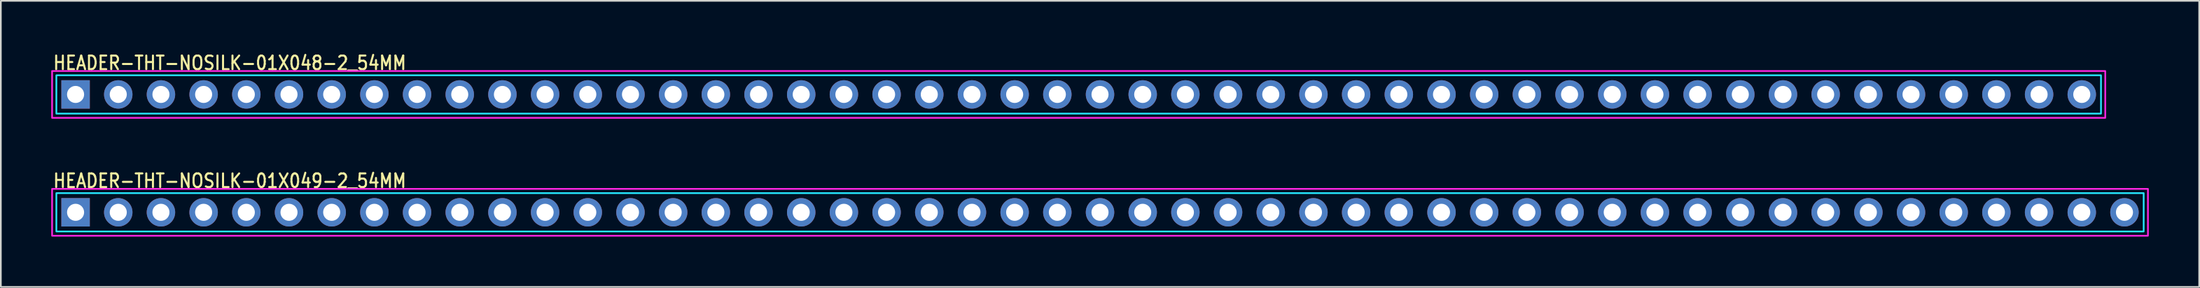
<source format=kicad_pcb>
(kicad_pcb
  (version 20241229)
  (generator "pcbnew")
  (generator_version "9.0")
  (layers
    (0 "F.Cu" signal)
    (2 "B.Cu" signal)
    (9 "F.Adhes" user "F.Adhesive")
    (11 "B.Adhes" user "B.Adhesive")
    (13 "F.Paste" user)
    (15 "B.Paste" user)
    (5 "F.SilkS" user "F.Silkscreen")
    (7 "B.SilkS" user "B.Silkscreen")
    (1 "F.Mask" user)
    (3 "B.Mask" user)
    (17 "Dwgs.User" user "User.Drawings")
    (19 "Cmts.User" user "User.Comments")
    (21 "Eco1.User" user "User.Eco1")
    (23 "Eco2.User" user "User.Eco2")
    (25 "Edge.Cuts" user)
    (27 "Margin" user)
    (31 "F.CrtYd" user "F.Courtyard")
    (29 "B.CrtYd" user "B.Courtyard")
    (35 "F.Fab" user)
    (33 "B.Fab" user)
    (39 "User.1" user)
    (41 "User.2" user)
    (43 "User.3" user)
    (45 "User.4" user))
  (footprint "HEADER-THT-NOSILK-01X048-2_54MM"
    (layer "F.Cu")
    (at 1.447 2.579)
    (property "Reference" "HEADER-THT-NOSILK-01X048-2_54MM" (at -1.4 -1.4 0) (unlocked yes) (layer "F.SilkS") (effects (font (size 0.813 0.695) (thickness 0.122)) (justify left bottom)))
    (fp_poly (pts (xy -1.143 -1.143) (xy 120.523 -1.143) (xy 120.523 1.143) (xy -1.143 1.143)) (stroke (width 0.1) (type solid)) (fill no) (layer "B.CrtYd"))
    (fp_poly (pts (xy -1.397 -1.397) (xy 120.777 -1.397) (xy 120.777 1.397) (xy -1.397 1.397)) (stroke (width 0.1) (type solid)) (fill no) (layer "F.CrtYd"))
    (pad "P$1" thru_hole rect (at 0 0) (size 1.693 1.693) (drill 1.016) (layers "*.Cu" "*.Mask"))
    (pad "P$2" thru_hole oval (at 2.54 0) (size 1.693 1.693) (drill 1.016) (layers "*.Cu" "*.Mask"))
    (pad "P$3" thru_hole oval (at 5.08 0) (size 1.693 1.693) (drill 1.016) (layers "*.Cu" "*.Mask"))
    (pad "P$4" thru_hole oval (at 7.62 0) (size 1.693 1.693) (drill 1.016) (layers "*.Cu" "*.Mask"))
    (pad "P$5" thru_hole oval (at 10.16 0) (size 1.693 1.693) (drill 1.016) (layers "*.Cu" "*.Mask"))
    (pad "P$6" thru_hole oval (at 12.7 0) (size 1.693 1.693) (drill 1.016) (layers "*.Cu" "*.Mask"))
    (pad "P$7" thru_hole oval (at 15.24 0) (size 1.693 1.693) (drill 1.016) (layers "*.Cu" "*.Mask"))
    (pad "P$8" thru_hole oval (at 17.78 0) (size 1.693 1.693) (drill 1.016) (layers "*.Cu" "*.Mask"))
    (pad "P$9" thru_hole oval (at 20.32 0) (size 1.693 1.693) (drill 1.016) (layers "*.Cu" "*.Mask"))
    (pad "P$10" thru_hole oval (at 22.86 0) (size 1.693 1.693) (drill 1.016) (layers "*.Cu" "*.Mask"))
    (pad "P$11" thru_hole oval (at 25.4 0) (size 1.693 1.693) (drill 1.016) (layers "*.Cu" "*.Mask"))
    (pad "P$12" thru_hole oval (at 27.94 0) (size 1.693 1.693) (drill 1.016) (layers "*.Cu" "*.Mask"))
    (pad "P$13" thru_hole oval (at 30.48 0) (size 1.693 1.693) (drill 1.016) (layers "*.Cu" "*.Mask"))
    (pad "P$14" thru_hole oval (at 33.02 0) (size 1.693 1.693) (drill 1.016) (layers "*.Cu" "*.Mask"))
    (pad "P$15" thru_hole oval (at 35.56 0) (size 1.693 1.693) (drill 1.016) (layers "*.Cu" "*.Mask"))
    (pad "P$16" thru_hole oval (at 38.1 0) (size 1.693 1.693) (drill 1.016) (layers "*.Cu" "*.Mask"))
    (pad "P$17" thru_hole oval (at 40.64 0) (size 1.693 1.693) (drill 1.016) (layers "*.Cu" "*.Mask"))
    (pad "P$18" thru_hole oval (at 43.18 0) (size 1.693 1.693) (drill 1.016) (layers "*.Cu" "*.Mask"))
    (pad "P$19" thru_hole oval (at 45.72 0) (size 1.693 1.693) (drill 1.016) (layers "*.Cu" "*.Mask"))
    (pad "P$20" thru_hole oval (at 48.26 0) (size 1.693 1.693) (drill 1.016) (layers "*.Cu" "*.Mask"))
    (pad "P$21" thru_hole oval (at 50.8 0) (size 1.693 1.693) (drill 1.016) (layers "*.Cu" "*.Mask"))
    (pad "P$22" thru_hole oval (at 53.34 0) (size 1.693 1.693) (drill 1.016) (layers "*.Cu" "*.Mask"))
    (pad "P$23" thru_hole oval (at 55.88 0) (size 1.693 1.693) (drill 1.016) (layers "*.Cu" "*.Mask"))
    (pad "P$24" thru_hole oval (at 58.42 0) (size 1.693 1.693) (drill 1.016) (layers "*.Cu" "*.Mask"))
    (pad "P$25" thru_hole oval (at 60.96 0) (size 1.693 1.693) (drill 1.016) (layers "*.Cu" "*.Mask"))
    (pad "P$26" thru_hole oval (at 63.5 0) (size 1.693 1.693) (drill 1.016) (layers "*.Cu" "*.Mask"))
    (pad "P$27" thru_hole oval (at 66.04 0) (size 1.693 1.693) (drill 1.016) (layers "*.Cu" "*.Mask"))
    (pad "P$28" thru_hole oval (at 68.58 0) (size 1.693 1.693) (drill 1.016) (layers "*.Cu" "*.Mask"))
    (pad "P$29" thru_hole oval (at 71.12 0) (size 1.693 1.693) (drill 1.016) (layers "*.Cu" "*.Mask"))
    (pad "P$30" thru_hole oval (at 73.66 0) (size 1.693 1.693) (drill 1.016) (layers "*.Cu" "*.Mask"))
    (pad "P$31" thru_hole oval (at 76.2 0) (size 1.693 1.693) (drill 1.016) (layers "*.Cu" "*.Mask"))
    (pad "P$32" thru_hole oval (at 78.74 0) (size 1.693 1.693) (drill 1.016) (layers "*.Cu" "*.Mask"))
    (pad "P$33" thru_hole oval (at 81.28 0) (size 1.693 1.693) (drill 1.016) (layers "*.Cu" "*.Mask"))
    (pad "P$34" thru_hole oval (at 83.82 0) (size 1.693 1.693) (drill 1.016) (layers "*.Cu" "*.Mask"))
    (pad "P$35" thru_hole oval (at 86.36 0) (size 1.693 1.693) (drill 1.016) (layers "*.Cu" "*.Mask"))
    (pad "P$36" thru_hole oval (at 88.9 0) (size 1.693 1.693) (drill 1.016) (layers "*.Cu" "*.Mask"))
    (pad "P$37" thru_hole oval (at 91.44 0) (size 1.693 1.693) (drill 1.016) (layers "*.Cu" "*.Mask"))
    (pad "P$38" thru_hole oval (at 93.98 0) (size 1.693 1.693) (drill 1.016) (layers "*.Cu" "*.Mask"))
    (pad "P$39" thru_hole oval (at 96.52 0) (size 1.693 1.693) (drill 1.016) (layers "*.Cu" "*.Mask"))
    (pad "P$40" thru_hole oval (at 99.06 0) (size 1.693 1.693) (drill 1.016) (layers "*.Cu" "*.Mask"))
    (pad "P$41" thru_hole oval (at 101.6 0) (size 1.693 1.693) (drill 1.016) (layers "*.Cu" "*.Mask"))
    (pad "P$42" thru_hole oval (at 104.14 0) (size 1.693 1.693) (drill 1.016) (layers "*.Cu" "*.Mask"))
    (pad "P$43" thru_hole oval (at 106.68 0) (size 1.693 1.693) (drill 1.016) (layers "*.Cu" "*.Mask"))
    (pad "P$44" thru_hole oval (at 109.22 0) (size 1.693 1.693) (drill 1.016) (layers "*.Cu" "*.Mask"))
    (pad "P$45" thru_hole oval (at 111.76 0) (size 1.693 1.693) (drill 1.016) (layers "*.Cu" "*.Mask"))
    (pad "P$46" thru_hole oval (at 114.3 0) (size 1.693 1.693) (drill 1.016) (layers "*.Cu" "*.Mask"))
    (pad "P$47" thru_hole oval (at 116.84 0) (size 1.693 1.693) (drill 1.016) (layers "*.Cu" "*.Mask"))
    (pad "P$48" thru_hole oval (at 119.38 0) (size 1.693 1.693) (drill 1.016) (layers "*.Cu" "*.Mask")))
  (footprint "HEADER-THT-NOSILK-01X049-2_54MM"
    (layer "F.Cu")
    (at 1.447 9.604)
    (property "Reference" "HEADER-THT-NOSILK-01X049-2_54MM" (at -1.4 -1.4 0) (unlocked yes) (layer "F.SilkS") (effects (font (size 0.813 0.695) (thickness 0.122)) (justify left bottom)))
    (fp_poly (pts (xy -1.143 -1.143) (xy 123.063 -1.143) (xy 123.063 1.143) (xy -1.143 1.143)) (stroke (width 0.1) (type solid)) (fill no) (layer "B.CrtYd"))
    (fp_poly (pts (xy -1.397 -1.397) (xy 123.317 -1.397) (xy 123.317 1.397) (xy -1.397 1.397)) (stroke (width 0.1) (type solid)) (fill no) (layer "F.CrtYd"))
    (pad "P$1" thru_hole rect (at 0 0) (size 1.693 1.693) (drill 1.016) (layers "*.Cu" "*.Mask"))
    (pad "P$2" thru_hole oval (at 2.54 0) (size 1.693 1.693) (drill 1.016) (layers "*.Cu" "*.Mask"))
    (pad "P$3" thru_hole oval (at 5.08 0) (size 1.693 1.693) (drill 1.016) (layers "*.Cu" "*.Mask"))
    (pad "P$4" thru_hole oval (at 7.62 0) (size 1.693 1.693) (drill 1.016) (layers "*.Cu" "*.Mask"))
    (pad "P$5" thru_hole oval (at 10.16 0) (size 1.693 1.693) (drill 1.016) (layers "*.Cu" "*.Mask"))
    (pad "P$6" thru_hole oval (at 12.7 0) (size 1.693 1.693) (drill 1.016) (layers "*.Cu" "*.Mask"))
    (pad "P$7" thru_hole oval (at 15.24 0) (size 1.693 1.693) (drill 1.016) (layers "*.Cu" "*.Mask"))
    (pad "P$8" thru_hole oval (at 17.78 0) (size 1.693 1.693) (drill 1.016) (layers "*.Cu" "*.Mask"))
    (pad "P$9" thru_hole oval (at 20.32 0) (size 1.693 1.693) (drill 1.016) (layers "*.Cu" "*.Mask"))
    (pad "P$10" thru_hole oval (at 22.86 0) (size 1.693 1.693) (drill 1.016) (layers "*.Cu" "*.Mask"))
    (pad "P$11" thru_hole oval (at 25.4 0) (size 1.693 1.693) (drill 1.016) (layers "*.Cu" "*.Mask"))
    (pad "P$12" thru_hole oval (at 27.94 0) (size 1.693 1.693) (drill 1.016) (layers "*.Cu" "*.Mask"))
    (pad "P$13" thru_hole oval (at 30.48 0) (size 1.693 1.693) (drill 1.016) (layers "*.Cu" "*.Mask"))
    (pad "P$14" thru_hole oval (at 33.02 0) (size 1.693 1.693) (drill 1.016) (layers "*.Cu" "*.Mask"))
    (pad "P$15" thru_hole oval (at 35.56 0) (size 1.693 1.693) (drill 1.016) (layers "*.Cu" "*.Mask"))
    (pad "P$16" thru_hole oval (at 38.1 0) (size 1.693 1.693) (drill 1.016) (layers "*.Cu" "*.Mask"))
    (pad "P$17" thru_hole oval (at 40.64 0) (size 1.693 1.693) (drill 1.016) (layers "*.Cu" "*.Mask"))
    (pad "P$18" thru_hole oval (at 43.18 0) (size 1.693 1.693) (drill 1.016) (layers "*.Cu" "*.Mask"))
    (pad "P$19" thru_hole oval (at 45.72 0) (size 1.693 1.693) (drill 1.016) (layers "*.Cu" "*.Mask"))
    (pad "P$20" thru_hole oval (at 48.26 0) (size 1.693 1.693) (drill 1.016) (layers "*.Cu" "*.Mask"))
    (pad "P$21" thru_hole oval (at 50.8 0) (size 1.693 1.693) (drill 1.016) (layers "*.Cu" "*.Mask"))
    (pad "P$22" thru_hole oval (at 53.34 0) (size 1.693 1.693) (drill 1.016) (layers "*.Cu" "*.Mask"))
    (pad "P$23" thru_hole oval (at 55.88 0) (size 1.693 1.693) (drill 1.016) (layers "*.Cu" "*.Mask"))
    (pad "P$24" thru_hole oval (at 58.42 0) (size 1.693 1.693) (drill 1.016) (layers "*.Cu" "*.Mask"))
    (pad "P$25" thru_hole oval (at 60.96 0) (size 1.693 1.693) (drill 1.016) (layers "*.Cu" "*.Mask"))
    (pad "P$26" thru_hole oval (at 63.5 0) (size 1.693 1.693) (drill 1.016) (layers "*.Cu" "*.Mask"))
    (pad "P$27" thru_hole oval (at 66.04 0) (size 1.693 1.693) (drill 1.016) (layers "*.Cu" "*.Mask"))
    (pad "P$28" thru_hole oval (at 68.58 0) (size 1.693 1.693) (drill 1.016) (layers "*.Cu" "*.Mask"))
    (pad "P$29" thru_hole oval (at 71.12 0) (size 1.693 1.693) (drill 1.016) (layers "*.Cu" "*.Mask"))
    (pad "P$30" thru_hole oval (at 73.66 0) (size 1.693 1.693) (drill 1.016) (layers "*.Cu" "*.Mask"))
    (pad "P$31" thru_hole oval (at 76.2 0) (size 1.693 1.693) (drill 1.016) (layers "*.Cu" "*.Mask"))
    (pad "P$32" thru_hole oval (at 78.74 0) (size 1.693 1.693) (drill 1.016) (layers "*.Cu" "*.Mask"))
    (pad "P$33" thru_hole oval (at 81.28 0) (size 1.693 1.693) (drill 1.016) (layers "*.Cu" "*.Mask"))
    (pad "P$34" thru_hole oval (at 83.82 0) (size 1.693 1.693) (drill 1.016) (layers "*.Cu" "*.Mask"))
    (pad "P$35" thru_hole oval (at 86.36 0) (size 1.693 1.693) (drill 1.016) (layers "*.Cu" "*.Mask"))
    (pad "P$36" thru_hole oval (at 88.9 0) (size 1.693 1.693) (drill 1.016) (layers "*.Cu" "*.Mask"))
    (pad "P$37" thru_hole oval (at 91.44 0) (size 1.693 1.693) (drill 1.016) (layers "*.Cu" "*.Mask"))
    (pad "P$38" thru_hole oval (at 93.98 0) (size 1.693 1.693) (drill 1.016) (layers "*.Cu" "*.Mask"))
    (pad "P$39" thru_hole oval (at 96.52 0) (size 1.693 1.693) (drill 1.016) (layers "*.Cu" "*.Mask"))
    (pad "P$40" thru_hole oval (at 99.06 0) (size 1.693 1.693) (drill 1.016) (layers "*.Cu" "*.Mask"))
    (pad "P$41" thru_hole oval (at 101.6 0) (size 1.693 1.693) (drill 1.016) (layers "*.Cu" "*.Mask"))
    (pad "P$42" thru_hole oval (at 104.14 0) (size 1.693 1.693) (drill 1.016) (layers "*.Cu" "*.Mask"))
    (pad "P$43" thru_hole oval (at 106.68 0) (size 1.693 1.693) (drill 1.016) (layers "*.Cu" "*.Mask"))
    (pad "P$44" thru_hole oval (at 109.22 0) (size 1.693 1.693) (drill 1.016) (layers "*.Cu" "*.Mask"))
    (pad "P$45" thru_hole oval (at 111.76 0) (size 1.693 1.693) (drill 1.016) (layers "*.Cu" "*.Mask"))
    (pad "P$46" thru_hole oval (at 114.3 0) (size 1.693 1.693) (drill 1.016) (layers "*.Cu" "*.Mask"))
    (pad "P$47" thru_hole oval (at 116.84 0) (size 1.693 1.693) (drill 1.016) (layers "*.Cu" "*.Mask"))
    (pad "P$48" thru_hole oval (at 119.38 0) (size 1.693 1.693) (drill 1.016) (layers "*.Cu" "*.Mask"))
    (pad "P$49" thru_hole oval (at 121.92 0) (size 1.693 1.693) (drill 1.016) (layers "*.Cu" "*.Mask")))
  (gr_rect
    (start -3 -3)
    (end 127.814 14.051)
    (stroke (width 0.1) (type default))
    (fill no)
    (layer "Edge.Cuts")))
</source>
